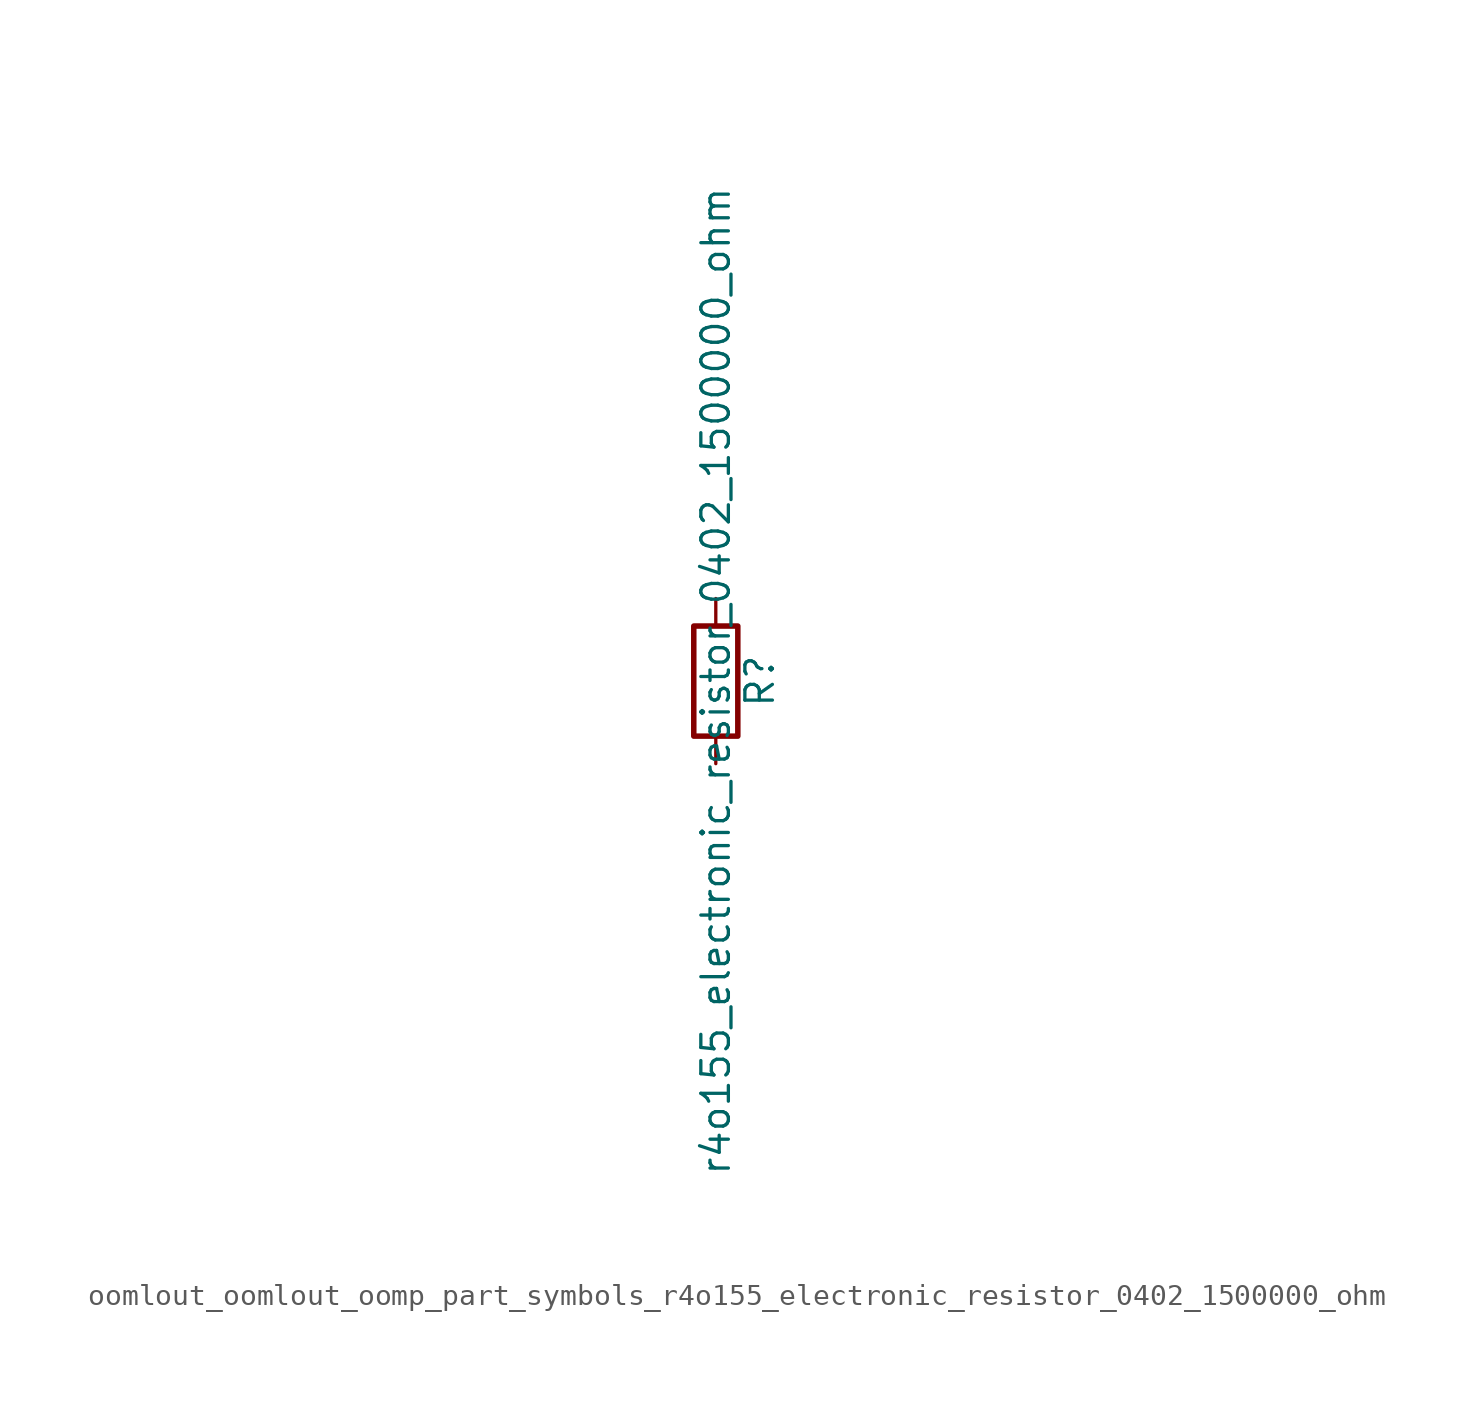
<source format=kicad_sym>
(kicad_symbol_lib
  (version 20220914)
  (generator kicad_symbol_editor)
  (symbol "oomlout_oomlout_oomp_part_symbols_r4o155_electronic_resistor_0402_1500000_ohm"
    (pin_numbers hide)
    (pin_names
      (offset 0))
    (property "Reference" "R"
      (at 2.032 0 90)
      (effects (font (size 1.27 1.27))))
    (property "Value" "r4o155_electronic_resistor_0402_1500000_ohm"
      (at 0 0 90)
      (effects (font (size 1.27 1.27))))
    (symbol "oomlout_oomlout_oomp_part_symbols_r4o155_electronic_resistor_0402_1500000_ohm_0_1"
      (rectangle (start -1.016 -2.54) (end 1.016 2.54) (stroke (width 0.254) (type default)) (fill (type none))))
    (symbol "oomlout_oomlout_oomp_part_symbols_r4o155_electronic_resistor_0402_1500000_ohm_1_1"
      (pin passive line (at 0 3.81 270) (length 1.27) (name "~" (effects (font (size 1.27 1.27)))) (number "1" (effects (font (size 1.27 1.27)))))
      (pin passive line (at 0 -3.81 90) (length 1.27) (name "~" (effects (font (size 1.27 1.27)))) (number "2" (effects (font (size 1.27 1.27))))))))
</source>
